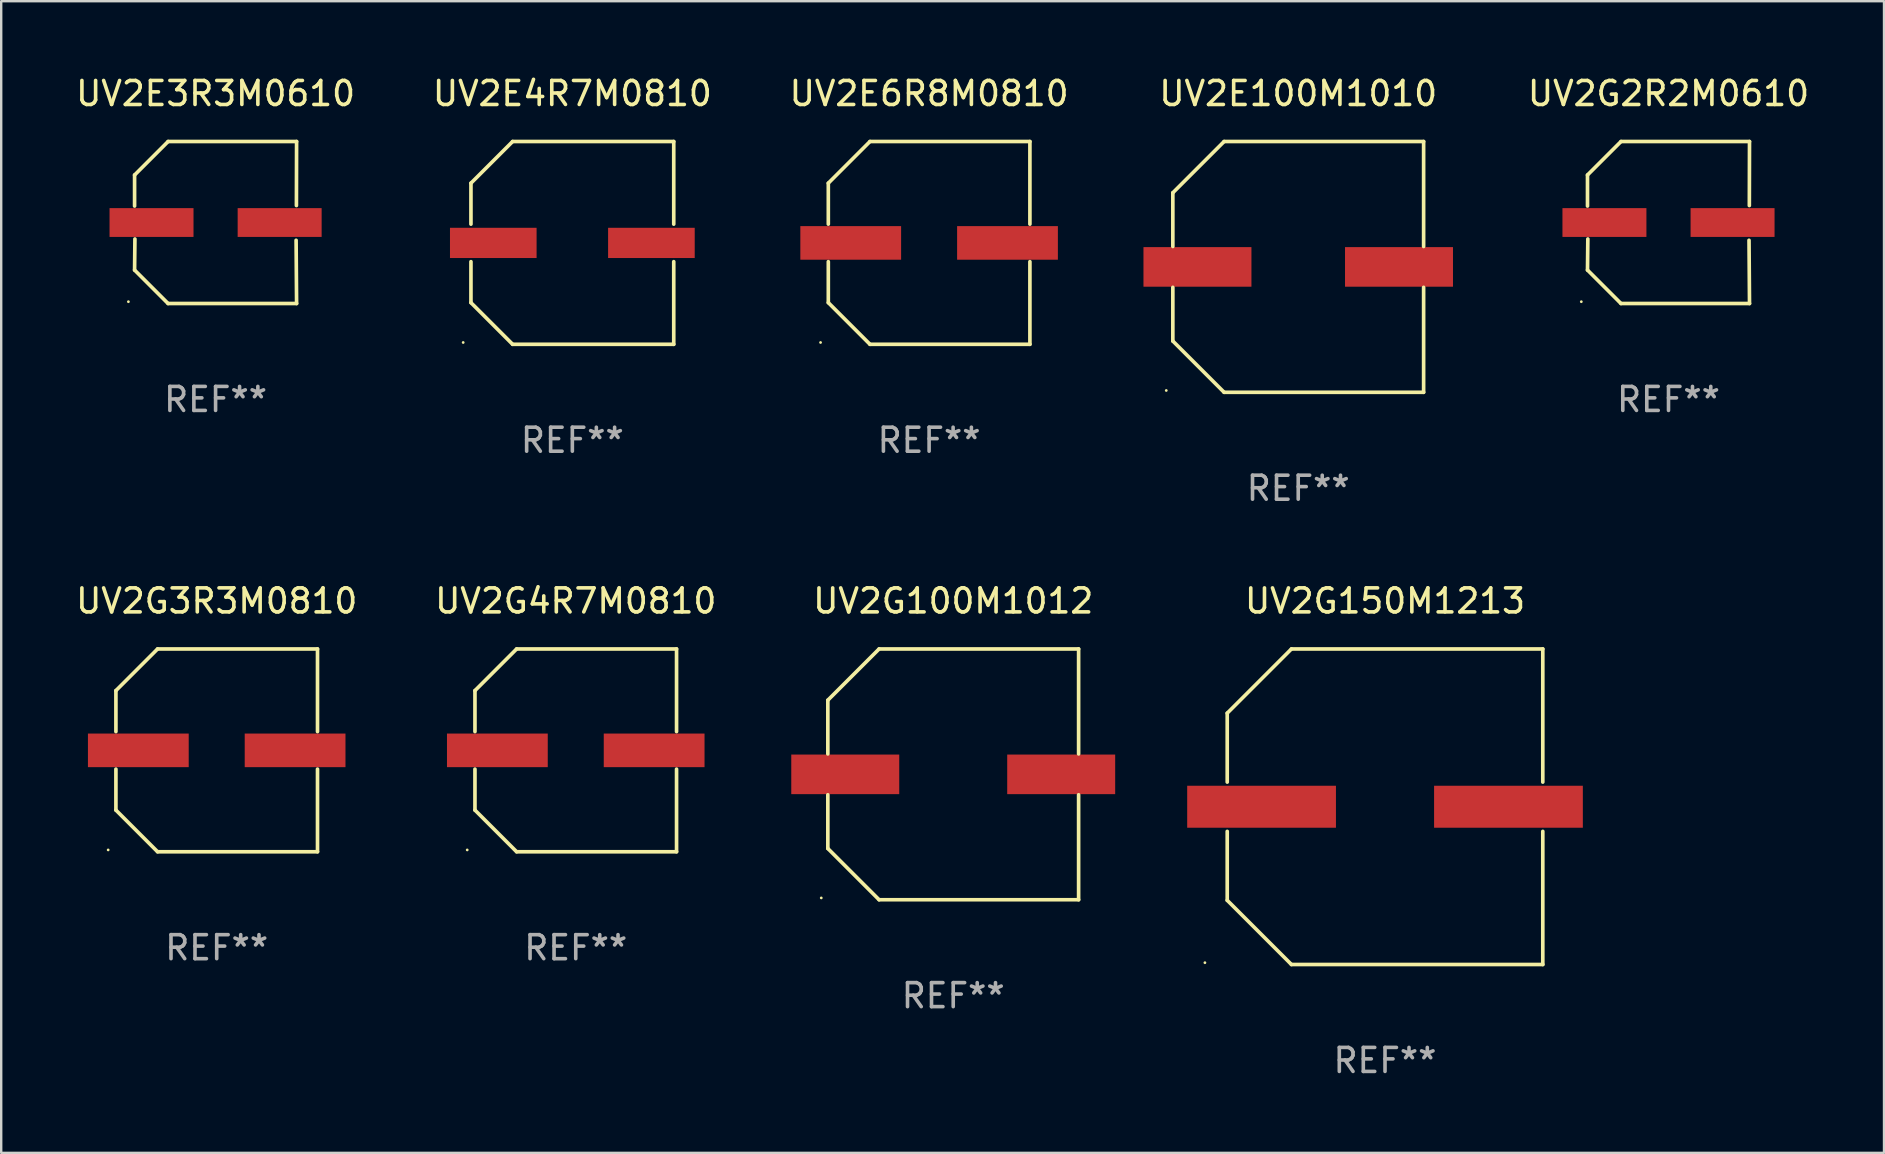
<source format=kicad_pcb>
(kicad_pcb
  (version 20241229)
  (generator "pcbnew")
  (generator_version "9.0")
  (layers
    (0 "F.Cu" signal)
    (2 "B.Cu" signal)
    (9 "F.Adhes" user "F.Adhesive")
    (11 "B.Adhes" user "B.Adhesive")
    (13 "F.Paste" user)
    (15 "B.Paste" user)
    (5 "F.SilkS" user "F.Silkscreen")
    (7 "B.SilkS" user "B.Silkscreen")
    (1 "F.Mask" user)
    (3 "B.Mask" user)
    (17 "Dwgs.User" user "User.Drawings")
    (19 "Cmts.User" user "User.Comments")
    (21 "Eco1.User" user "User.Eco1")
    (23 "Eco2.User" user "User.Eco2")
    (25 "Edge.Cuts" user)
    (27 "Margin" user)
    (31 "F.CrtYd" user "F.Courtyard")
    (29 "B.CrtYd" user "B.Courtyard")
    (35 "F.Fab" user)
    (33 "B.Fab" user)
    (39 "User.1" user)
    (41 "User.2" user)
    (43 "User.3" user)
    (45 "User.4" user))
  (footprint "UV2G3R3M0810"
    (layer "F.Cu")
    (at 5.982 28.223)
    (property "Reference" "UV2G3R3M0810" (at 0 -6.226 0) (layer "F.SilkS") (effects (font (size 1 1) (thickness 0.15))))
    (attr through_hole)
    (fp_line (start -4.201 -2.49) (end -4.201 -0.782) (stroke (width 0.152) (type solid)) (layer "F.SilkS"))
    (fp_line (start -4.201 2.49) (end -4.201 0.782) (stroke (width 0.152) (type solid)) (layer "F.SilkS"))
    (fp_line (start -2.465 -4.226) (end -4.201 -2.49) (stroke (width 0.152) (type solid)) (layer "F.SilkS"))
    (fp_line (start -2.465 4.226) (end -4.201 2.49) (stroke (width 0.152) (type solid)) (layer "F.SilkS"))
    (fp_line (start 4.201 -4.226) (end -2.465 -4.226) (stroke (width 0.152) (type solid)) (layer "F.SilkS"))
    (fp_line (start 4.201 -0.782) (end 4.201 -4.226) (stroke (width 0.152) (type solid)) (layer "F.SilkS"))
    (fp_line (start 4.201 0.782) (end 4.201 4.226) (stroke (width 0.152) (type solid)) (layer "F.SilkS"))
    (fp_line (start 4.201 4.226) (end -2.465 4.226) (stroke (width 0.152) (type solid)) (layer "F.SilkS"))
    (fp_circle (center -4.524 4.15) (end -4.494 4.15) (stroke (width 0.06) (type solid)) (fill no) (layer "F.SilkS"))
    (fp_text user "REF**" (at 0 8.226 0) (layer "F.Fab") (effects (font (size 1 1) (thickness 0.15))))
    (pad "1" smd rect (at -3.267 0) (size 4.2 1.4) (layers "F.Cu" "F.Mask" "F.Paste"))
    (pad "2" smd rect (at 3.267 0) (size 4.2 1.4) (layers "F.Cu" "F.Mask" "F.Paste")))
  (footprint "UV2G2R2M0610"
    (layer "F.Cu")
    (at 66.489 6.224)
    (property "Reference" "UV2G2R2M0610" (at 0 -5.376 0) (layer "F.SilkS") (effects (font (size 1 1) (thickness 0.15))))
    (attr through_hole)
    (fp_line (start -3.376 -1.98) (end -3.376 -0.686) (stroke (width 0.152) (type solid)) (layer "F.SilkS"))
    (fp_line (start -3.376 1.981) (end -3.362 0.686) (stroke (width 0.152) (type solid)) (layer "F.SilkS"))
    (fp_line (start -1.981 3.376) (end -3.376 1.981) (stroke (width 0.152) (type solid)) (layer "F.SilkS"))
    (fp_line (start -1.98 -3.376) (end -3.376 -1.98) (stroke (width 0.152) (type solid)) (layer "F.SilkS"))
    (fp_line (start 3.356 0.74) (end 3.376 3.376) (stroke (width 0.152) (type solid)) (layer "F.SilkS"))
    (fp_line (start 3.369 -0.707) (end 3.376 -3.376) (stroke (width 0.152) (type solid)) (layer "F.SilkS"))
    (fp_line (start 3.376 3.376) (end -1.981 3.376) (stroke (width 0.152) (type solid)) (layer "F.SilkS"))
    (fp_line (start 3.376 -3.376) (end -1.98 -3.376) (stroke (width 0.152) (type solid)) (layer "F.SilkS"))
    (fp_circle (center -3.634 3.3) (end -3.604 3.3) (stroke (width 0.06) (type solid)) (fill no) (layer "F.SilkS"))
    (fp_text user "REF**" (at 0 7.376 0) (layer "F.Fab") (effects (font (size 1 1) (thickness 0.15))))
    (pad "1" smd rect (at -2.67 0.000254) (size 3.5 1.2) (layers "F.Cu" "F.Mask" "F.Paste"))
    (pad "2" smd rect (at 2.67 0.000254) (size 3.5 1.2) (layers "F.Cu" "F.Mask" "F.Paste")))
  (footprint "UV2G100M1012"
    (layer "F.Cu")
    (at 36.678 29.223)
    (property "Reference" "UV2G100M1012" (at 0 -7.226 0) (layer "F.SilkS") (effects (font (size 1 1) (thickness 0.15))))
    (attr through_hole)
    (fp_line (start -5.226 -3.09) (end -5.226 -0.852) (stroke (width 0.152) (type solid)) (layer "F.SilkS"))
    (fp_line (start -5.226 3.09) (end -5.226 0.852) (stroke (width 0.152) (type solid)) (layer "F.SilkS"))
    (fp_line (start -3.09 -5.226) (end -5.226 -3.09) (stroke (width 0.152) (type solid)) (layer "F.SilkS"))
    (fp_line (start -3.09 5.226) (end -5.226 3.09) (stroke (width 0.152) (type solid)) (layer "F.SilkS"))
    (fp_line (start 5.226 -5.226) (end -3.09 -5.226) (stroke (width 0.152) (type solid)) (layer "F.SilkS"))
    (fp_line (start 5.226 -0.852) (end 5.226 -5.226) (stroke (width 0.152) (type solid)) (layer "F.SilkS"))
    (fp_line (start 5.226 0.852) (end 5.226 5.226) (stroke (width 0.152) (type solid)) (layer "F.SilkS"))
    (fp_line (start 5.226 5.226) (end -3.09 5.226) (stroke (width 0.152) (type solid)) (layer "F.SilkS"))
    (fp_circle (center -5.5 5.15) (end -5.47 5.15) (stroke (width 0.06) (type solid)) (fill no) (layer "F.SilkS"))
    (fp_text user "REF**" (at 0 9.226 0) (layer "F.Fab") (effects (font (size 1 1) (thickness 0.15))))
    (pad "1" smd rect (at -4.5 -0.000025) (size 4.5 1.65) (layers "F.Cu" "F.Mask" "F.Paste"))
    (pad "2" smd rect (at 4.5 -0.000025) (size 4.5 1.65) (layers "F.Cu" "F.Mask" "F.Paste")))
  (footprint "UV2G150M1213"
    (layer "F.Cu")
    (at 54.674 30.573)
    (property "Reference" "UV2G150M1213" (at 0 -8.576 0) (layer "F.SilkS") (effects (font (size 1 1) (thickness 0.15))))
    (attr through_hole)
    (fp_line (start -6.576 -3.9) (end -6.576 -1.027) (stroke (width 0.152) (type solid)) (layer "F.SilkS"))
    (fp_line (start -6.576 3.9) (end -6.576 1.027) (stroke (width 0.152) (type solid)) (layer "F.SilkS"))
    (fp_line (start -3.9 -6.576) (end -6.576 -3.9) (stroke (width 0.152) (type solid)) (layer "F.SilkS"))
    (fp_line (start -3.9 6.576) (end -6.576 3.9) (stroke (width 0.152) (type solid)) (layer "F.SilkS"))
    (fp_line (start 6.576 -6.576) (end -3.9 -6.576) (stroke (width 0.152) (type solid)) (layer "F.SilkS"))
    (fp_line (start 6.576 -1.027) (end 6.576 -6.576) (stroke (width 0.152) (type solid)) (layer "F.SilkS"))
    (fp_line (start 6.576 1.027) (end 6.576 6.576) (stroke (width 0.152) (type solid)) (layer "F.SilkS"))
    (fp_line (start 6.576 6.576) (end -3.9 6.576) (stroke (width 0.152) (type solid)) (layer "F.SilkS"))
    (fp_circle (center -7.506 6.5) (end -7.476 6.5) (stroke (width 0.06) (type solid)) (fill no) (layer "F.SilkS"))
    (fp_text user "REF**" (at 0 10.576 0) (layer "F.Fab") (effects (font (size 1 1) (thickness 0.15))))
    (pad "1" smd rect (at -5.145 0) (size 6.2 1.75) (layers "F.Cu" "F.Mask" "F.Paste"))
    (pad "2" smd rect (at 5.145 0) (size 6.2 1.75) (layers "F.Cu" "F.Mask" "F.Paste")))
  (footprint "UV2E100M1010"
    (layer "F.Cu")
    (at 51.057 8.074)
    (property "Reference" "UV2E100M1010" (at 0 -7.226 0) (layer "F.SilkS") (effects (font (size 1 1) (thickness 0.15))))
    (attr through_hole)
    (fp_line (start -5.226 -3.09) (end -5.226 -0.852) (stroke (width 0.152) (type solid)) (layer "F.SilkS"))
    (fp_line (start -5.226 3.09) (end -5.226 0.852) (stroke (width 0.152) (type solid)) (layer "F.SilkS"))
    (fp_line (start -3.09 -5.226) (end -5.226 -3.09) (stroke (width 0.152) (type solid)) (layer "F.SilkS"))
    (fp_line (start -3.09 5.226) (end -5.226 3.09) (stroke (width 0.152) (type solid)) (layer "F.SilkS"))
    (fp_line (start 5.226 -5.226) (end -3.09 -5.226) (stroke (width 0.152) (type solid)) (layer "F.SilkS"))
    (fp_line (start 5.226 -0.852) (end 5.226 -5.226) (stroke (width 0.152) (type solid)) (layer "F.SilkS"))
    (fp_line (start 5.226 0.852) (end 5.226 5.226) (stroke (width 0.152) (type solid)) (layer "F.SilkS"))
    (fp_line (start 5.226 5.226) (end -3.09 5.226) (stroke (width 0.152) (type solid)) (layer "F.SilkS"))
    (fp_circle (center -5.5 5.15) (end -5.47 5.15) (stroke (width 0.06) (type solid)) (fill no) (layer "F.SilkS"))
    (fp_text user "REF**" (at 0 9.226 0) (layer "F.Fab") (effects (font (size 1 1) (thickness 0.15))))
    (pad "1" smd rect (at -4.2 0.000127) (size 4.5 1.65) (layers "F.Cu" "F.Mask" "F.Paste"))
    (pad "2" smd rect (at 4.2 0.000127) (size 4.5 1.65) (layers "F.Cu" "F.Mask" "F.Paste")))
  (footprint "UV2E4R7M0810"
    (layer "F.Cu")
    (at 20.804 7.074)
    (property "Reference" "UV2E4R7M0810" (at 0 -6.226 0) (layer "F.SilkS") (effects (font (size 1 1) (thickness 0.15))))
    (attr through_hole)
    (fp_line (start -4.226 -2.49) (end -4.226 -0.782) (stroke (width 0.152) (type solid)) (layer "F.SilkS"))
    (fp_line (start -4.226 2.49) (end -4.226 0.782) (stroke (width 0.152) (type solid)) (layer "F.SilkS"))
    (fp_line (start -2.49 -4.226) (end -4.226 -2.49) (stroke (width 0.152) (type solid)) (layer "F.SilkS"))
    (fp_line (start -2.49 4.226) (end -4.226 2.49) (stroke (width 0.152) (type solid)) (layer "F.SilkS"))
    (fp_line (start 4.226 -4.226) (end -2.49 -4.226) (stroke (width 0.152) (type solid)) (layer "F.SilkS"))
    (fp_line (start 4.226 -0.782) (end 4.226 -4.226) (stroke (width 0.152) (type solid)) (layer "F.SilkS"))
    (fp_line (start 4.226 0.782) (end 4.226 4.226) (stroke (width 0.152) (type solid)) (layer "F.SilkS"))
    (fp_line (start 4.226 4.226) (end -2.49 4.226) (stroke (width 0.152) (type solid)) (layer "F.SilkS"))
    (fp_circle (center -4.55 4.15) (end -4.52 4.15) (stroke (width 0.06) (type solid)) (fill no) (layer "F.SilkS"))
    (fp_text user "REF**" (at 0 8.226 0) (layer "F.Fab") (effects (font (size 1 1) (thickness 0.15))))
    (pad "1" smd rect (at -3.295 0 180) (size 3.61 1.26) (layers "F.Cu" "F.Mask" "F.Paste"))
    (pad "2" smd rect (at 3.295 0 180) (size 3.61 1.26) (layers "F.Cu" "F.Mask" "F.Paste")))
  (footprint "UV2E6R8M0810"
    (layer "F.Cu")
    (at 35.673 7.074)
    (property "Reference" "UV2E6R8M0810" (at 0 -6.226 0) (layer "F.SilkS") (effects (font (size 1 1) (thickness 0.15))))
    (attr through_hole)
    (fp_line (start -4.201 -2.49) (end -4.201 -0.782) (stroke (width 0.152) (type solid)) (layer "F.SilkS"))
    (fp_line (start -4.201 2.49) (end -4.201 0.782) (stroke (width 0.152) (type solid)) (layer "F.SilkS"))
    (fp_line (start -2.465 -4.226) (end -4.201 -2.49) (stroke (width 0.152) (type solid)) (layer "F.SilkS"))
    (fp_line (start -2.465 4.226) (end -4.201 2.49) (stroke (width 0.152) (type solid)) (layer "F.SilkS"))
    (fp_line (start 4.201 -4.226) (end -2.465 -4.226) (stroke (width 0.152) (type solid)) (layer "F.SilkS"))
    (fp_line (start 4.201 -0.782) (end 4.201 -4.226) (stroke (width 0.152) (type solid)) (layer "F.SilkS"))
    (fp_line (start 4.201 0.782) (end 4.201 4.226) (stroke (width 0.152) (type solid)) (layer "F.SilkS"))
    (fp_line (start 4.201 4.226) (end -2.465 4.226) (stroke (width 0.152) (type solid)) (layer "F.SilkS"))
    (fp_circle (center -4.524 4.15) (end -4.494 4.15) (stroke (width 0.06) (type solid)) (fill no) (layer "F.SilkS"))
    (fp_text user "REF**" (at 0 8.226 0) (layer "F.Fab") (effects (font (size 1 1) (thickness 0.15))))
    (pad "1" smd rect (at -3.267 0) (size 4.2 1.4) (layers "F.Cu" "F.Mask" "F.Paste"))
    (pad "2" smd rect (at 3.267 0) (size 4.2 1.4) (layers "F.Cu" "F.Mask" "F.Paste")))
  (footprint "UV2G4R7M0810"
    (layer "F.Cu")
    (at 20.946 28.223)
    (property "Reference" "UV2G4R7M0810" (at 0 -6.226 0) (layer "F.SilkS") (effects (font (size 1 1) (thickness 0.15))))
    (attr through_hole)
    (fp_line (start -4.201 -2.49) (end -4.201 -0.782) (stroke (width 0.152) (type solid)) (layer "F.SilkS"))
    (fp_line (start -4.201 2.49) (end -4.201 0.782) (stroke (width 0.152) (type solid)) (layer "F.SilkS"))
    (fp_line (start -2.465 -4.226) (end -4.201 -2.49) (stroke (width 0.152) (type solid)) (layer "F.SilkS"))
    (fp_line (start -2.465 4.226) (end -4.201 2.49) (stroke (width 0.152) (type solid)) (layer "F.SilkS"))
    (fp_line (start 4.201 -4.226) (end -2.465 -4.226) (stroke (width 0.152) (type solid)) (layer "F.SilkS"))
    (fp_line (start 4.201 -0.782) (end 4.201 -4.226) (stroke (width 0.152) (type solid)) (layer "F.SilkS"))
    (fp_line (start 4.201 0.782) (end 4.201 4.226) (stroke (width 0.152) (type solid)) (layer "F.SilkS"))
    (fp_line (start 4.201 4.226) (end -2.465 4.226) (stroke (width 0.152) (type solid)) (layer "F.SilkS"))
    (fp_circle (center -4.524 4.15) (end -4.494 4.15) (stroke (width 0.06) (type solid)) (fill no) (layer "F.SilkS"))
    (fp_text user "REF**" (at 0 8.226 0) (layer "F.Fab") (effects (font (size 1 1) (thickness 0.15))))
    (pad "1" smd rect (at -3.267 0) (size 4.2 1.4) (layers "F.Cu" "F.Mask" "F.Paste"))
    (pad "2" smd rect (at 3.267 0) (size 4.2 1.4) (layers "F.Cu" "F.Mask" "F.Paste")))
  (footprint "UV2E3R3M0610"
    (layer "F.Cu")
    (at 5.935 6.224)
    (property "Reference" "UV2E3R3M0610" (at 0 -5.376 0) (layer "F.SilkS") (effects (font (size 1 1) (thickness 0.15))))
    (attr through_hole)
    (fp_line (start -3.376 -1.98) (end -3.376 -0.686) (stroke (width 0.152) (type solid)) (layer "F.SilkS"))
    (fp_line (start -3.376 1.981) (end -3.362 0.686) (stroke (width 0.152) (type solid)) (layer "F.SilkS"))
    (fp_line (start -1.981 3.376) (end -3.376 1.981) (stroke (width 0.152) (type solid)) (layer "F.SilkS"))
    (fp_line (start -1.98 -3.376) (end -3.376 -1.98) (stroke (width 0.152) (type solid)) (layer "F.SilkS"))
    (fp_line (start 3.356 0.74) (end 3.376 3.376) (stroke (width 0.152) (type solid)) (layer "F.SilkS"))
    (fp_line (start 3.369 -0.707) (end 3.376 -3.376) (stroke (width 0.152) (type solid)) (layer "F.SilkS"))
    (fp_line (start 3.376 3.376) (end -1.981 3.376) (stroke (width 0.152) (type solid)) (layer "F.SilkS"))
    (fp_line (start 3.376 -3.376) (end -1.98 -3.376) (stroke (width 0.152) (type solid)) (layer "F.SilkS"))
    (fp_circle (center -3.634 3.3) (end -3.604 3.3) (stroke (width 0.06) (type solid)) (fill no) (layer "F.SilkS"))
    (fp_text user "REF**" (at 0 7.376 0) (layer "F.Fab") (effects (font (size 1 1) (thickness 0.15))))
    (pad "1" smd rect (at -2.67 0.000254) (size 3.5 1.2) (layers "F.Cu" "F.Mask" "F.Paste"))
    (pad "2" smd rect (at 2.67 0.000254) (size 3.5 1.2) (layers "F.Cu" "F.Mask" "F.Paste")))
  (gr_rect
    (start -3 -3)
    (end 75.471 44.998)
    (stroke (width 0.1) (type default))
    (fill no)
    (layer "Edge.Cuts")))
</source>
